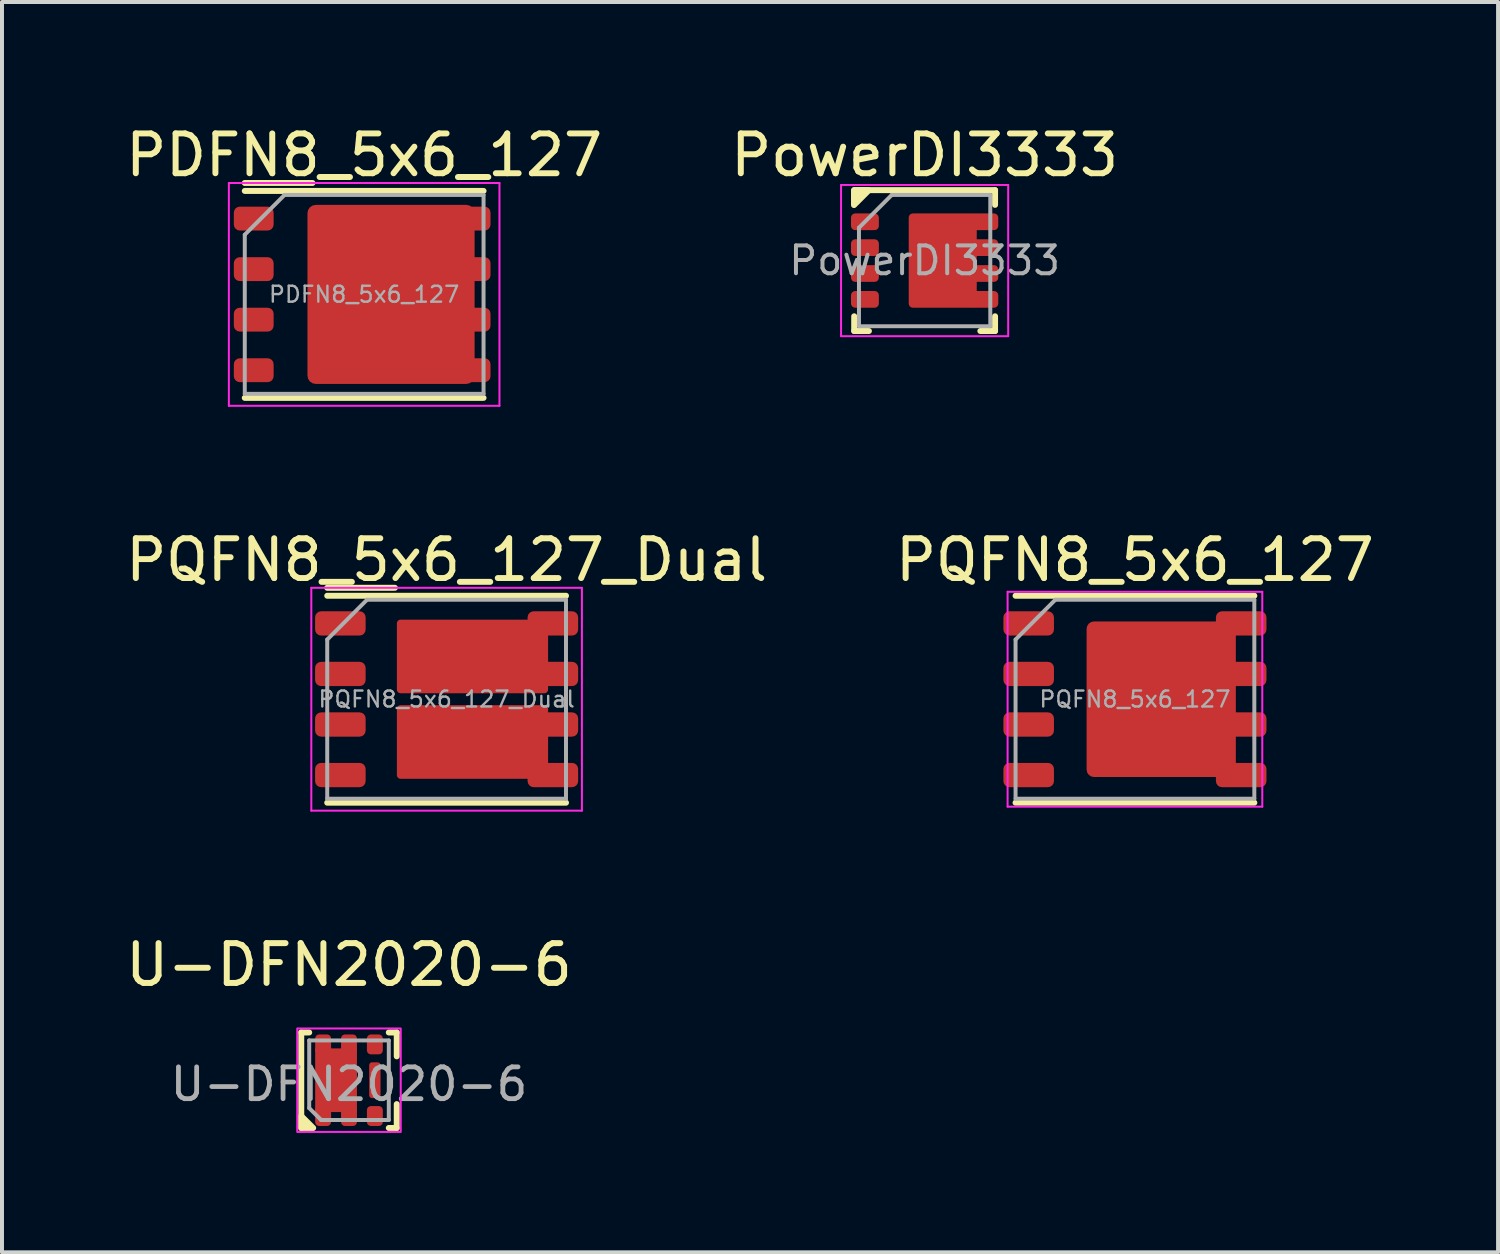
<source format=kicad_pcb>
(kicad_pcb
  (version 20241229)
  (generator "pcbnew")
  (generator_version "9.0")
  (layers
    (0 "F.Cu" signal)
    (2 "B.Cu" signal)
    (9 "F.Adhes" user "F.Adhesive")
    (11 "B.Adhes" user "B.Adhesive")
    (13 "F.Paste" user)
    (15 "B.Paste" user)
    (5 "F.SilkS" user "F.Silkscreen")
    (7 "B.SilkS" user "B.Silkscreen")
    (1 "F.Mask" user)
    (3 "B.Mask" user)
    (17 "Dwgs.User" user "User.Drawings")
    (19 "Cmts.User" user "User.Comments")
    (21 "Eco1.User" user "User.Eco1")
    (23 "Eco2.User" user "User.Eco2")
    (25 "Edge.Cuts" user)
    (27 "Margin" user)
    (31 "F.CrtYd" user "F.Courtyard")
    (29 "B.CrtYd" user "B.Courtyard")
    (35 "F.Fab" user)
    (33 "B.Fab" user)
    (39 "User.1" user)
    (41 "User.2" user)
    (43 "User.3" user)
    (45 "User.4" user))
  (footprint "PowerDI3333"
    (layer "F.Cu")
    (at 20.185 3.498)
    (property "Reference" "PowerDI3333" (at 0 -2.65 0) (layer "F.SilkS") (effects (font (size 1 1) (thickness 0.15))))
    (attr smd)
    (fp_line (start -1.77 -1.77) (end 1.77 -1.77) (stroke (width 0.15) (type solid)) (layer "F.SilkS"))
    (fp_line (start -1.77 1.77) (end -1.77 1.4) (stroke (width 0.15) (type solid)) (layer "F.SilkS"))
    (fp_line (start -1.77 1.77) (end -1.4 1.77) (stroke (width 0.15) (type solid)) (layer "F.SilkS"))
    (fp_line (start 1.77 -1.77) (end 1.77 -1.4) (stroke (width 0.15) (type solid)) (layer "F.SilkS"))
    (fp_line (start 1.77 1.77) (end 1.4 1.77) (stroke (width 0.15) (type solid)) (layer "F.SilkS"))
    (fp_line (start 1.77 1.77) (end 1.77 1.4) (stroke (width 0.15) (type solid)) (layer "F.SilkS"))
    (fp_poly (pts (xy -1.775 -1.395) (xy -1.775 -1.765) (xy -1.77 -1.77) (xy -1.405 -1.77) (xy -1.405 -1.765)) (stroke (width 0.15) (type solid)) (fill yes) (layer "F.SilkS"))
    (fp_line (start -2.1 -1.9) (end -2.1 1.9) (stroke (width 0.05) (type solid)) (layer "F.CrtYd"))
    (fp_line (start -2.1 1.9) (end 2.1 1.9) (stroke (width 0.05) (type solid)) (layer "F.CrtYd"))
    (fp_line (start 2.1 -1.9) (end -2.1 -1.9) (stroke (width 0.05) (type solid)) (layer "F.CrtYd"))
    (fp_line (start 2.1 1.9) (end 2.1 -1.9) (stroke (width 0.05) (type solid)) (layer "F.CrtYd"))
    (fp_line (start -1.65 -0.825) (end -1.65 1.65) (stroke (width 0.1) (type solid)) (layer "F.Fab"))
    (fp_line (start -1.65 1.65) (end 1.65 1.65) (stroke (width 0.1) (type solid)) (layer "F.Fab"))
    (fp_line (start -0.825 -1.65) (end -1.65 -0.825) (stroke (width 0.1) (type solid)) (layer "F.Fab"))
    (fp_line (start 1.65 -1.65) (end -0.825 -1.65) (stroke (width 0.1) (type solid)) (layer "F.Fab"))
    (fp_line (start 1.65 1.65) (end 1.65 -1.65) (stroke (width 0.1) (type solid)) (layer "F.Fab"))
    (fp_text user "${REFERENCE}" (at 0 0 0) (layer "F.Fab") (effects (font (size 0.7 0.7) (thickness 0.1))))
    (pad "" smd roundrect (at 0.02 -0.565) (size 0.6 1) (layers "F.Paste") (roundrect_rratio 0.25))
    (pad "" smd roundrect (at 0.02 0.565) (size 0.6 1) (layers "F.Paste") (roundrect_rratio 0.25))
    (pad "" smd roundrect (at 0.73 -0.565) (size 0.6 1) (layers "F.Paste") (roundrect_rratio 0.25))
    (pad "" smd roundrect (at 0.73 0.565) (size 0.6 1) (layers "F.Paste") (roundrect_rratio 0.25))
    (pad "1" smd roundrect (at -1.5 -0.975) (size 0.7 0.42) (layers "F.Cu" "F.Mask" "F.Paste") (roundrect_rratio 0.25))
    (pad "1" smd roundrect (at -1.5 -0.325) (size 0.7 0.42) (layers "F.Cu" "F.Mask" "F.Paste") (roundrect_rratio 0.25))
    (pad "1" smd roundrect (at -1.5 0.325) (size 0.7 0.42) (layers "F.Cu" "F.Mask" "F.Paste") (roundrect_rratio 0.25))
    (pad "2" smd roundrect (at -1.5 0.975) (size 0.7 0.42) (layers "F.Cu" "F.Mask" "F.Paste") (roundrect_rratio 0.25))
    (pad "3" smd roundrect (at 0.455 0) (size 1.71 2.37) (layers "F.Cu" "F.Mask") (roundrect_rratio 0.061))
    (pad "3" smd roundrect (at 1.5 -0.975) (size 0.7 0.42) (layers "F.Cu" "F.Mask" "F.Paste") (roundrect_rratio 0.25))
    (pad "3" smd roundrect (at 1.5 -0.325) (size 0.7 0.42) (layers "F.Cu" "F.Mask" "F.Paste") (roundrect_rratio 0.25))
    (pad "3" smd roundrect (at 1.5 0.325) (size 0.7 0.42) (layers "F.Cu" "F.Mask" "F.Paste") (roundrect_rratio 0.25))
    (pad "3" smd roundrect (at 1.5 0.975) (size 0.7 0.42) (layers "F.Cu" "F.Mask" "F.Paste") (roundrect_rratio 0.25)))
  (footprint "PQFN8_5x6_127_Dual"
    (layer "F.Cu")
    (at 8.173 14.521)
    (property "Reference" "PQFN8_5x6_127_Dual" (at 0 -3.5 0) (unlocked yes) (layer "F.SilkS") (effects (font (size 1 1) (thickness 0.15))))
    (attr smd)
    (fp_line (start -3 -2.8) (end -1.3 -2.8) (stroke (width 0.15) (type solid)) (layer "F.SilkS"))
    (fp_line (start -3 -2.6) (end 3 -2.6) (stroke (width 0.15) (type solid)) (layer "F.SilkS"))
    (fp_line (start -3 2.6) (end 3 2.6) (stroke (width 0.15) (type solid)) (layer "F.SilkS"))
    (fp_line (start -3.4 -2.8) (end -3.4 2.8) (stroke (width 0.05) (type solid)) (layer "F.CrtYd"))
    (fp_line (start -3.4 -2.8) (end 3.4 -2.8) (stroke (width 0.05) (type solid)) (layer "F.CrtYd"))
    (fp_line (start -3.4 2.8) (end 3.4 2.8) (stroke (width 0.05) (type solid)) (layer "F.CrtYd"))
    (fp_line (start 3.4 -2.8) (end 3.4 2.8) (stroke (width 0.05) (type solid)) (layer "F.CrtYd"))
    (fp_line (start -3 2.5) (end -3 -1.5) (stroke (width 0.1) (type solid)) (layer "F.Fab"))
    (fp_line (start -2 -2.5) (end -3 -1.5) (stroke (width 0.1) (type solid)) (layer "F.Fab"))
    (fp_line (start 3 -2.5) (end -2 -2.5) (stroke (width 0.1) (type solid)) (layer "F.Fab"))
    (fp_line (start 3 -2.5) (end 3 2.5) (stroke (width 0.1) (type solid)) (layer "F.Fab"))
    (fp_line (start 3 2.5) (end -3 2.5) (stroke (width 0.1) (type solid)) (layer "F.Fab"))
    (fp_text user "${REFERENCE}" (at 0 0 0) (layer "F.Fab") (effects (font (size 0.4 0.4) (thickness 0.06))))
    (pad "" smd rect (at 0.4 -1.1) (size 2.5 1.2) (layers "F.Paste"))
    (pad "" smd rect (at 0.4 1.1) (size 2.5 1.2) (layers "F.Paste"))
    (pad "1" smd roundrect (at -2.67 -1.905) (size 1.27 0.61) (layers "F.Cu" "F.Mask" "F.Paste") (roundrect_rratio 0.25))
    (pad "2" smd roundrect (at -2.67 -0.635) (size 1.27 0.61) (layers "F.Cu" "F.Mask" "F.Paste") (roundrect_rratio 0.25))
    (pad "3" smd roundrect (at 0.65 -1.075) (size 3.8 1.85) (layers "F.Cu" "F.Mask") (roundrect_rratio 0.05))
    (pad "3" smd roundrect (at 2.67 -1.905) (size 1.27 0.61) (layers "F.Cu" "F.Mask" "F.Paste") (roundrect_rratio 0.25))
    (pad "3" smd roundrect (at 2.67 -0.635) (size 1.27 0.61) (layers "F.Cu" "F.Mask" "F.Paste") (roundrect_rratio 0.25))
    (pad "4" smd roundrect (at -2.67 0.635) (size 1.27 0.61) (layers "F.Cu" "F.Mask" "F.Paste") (roundrect_rratio 0.25))
    (pad "5" smd roundrect (at -2.67 1.905) (size 1.27 0.61) (layers "F.Cu" "F.Mask" "F.Paste") (roundrect_rratio 0.25))
    (pad "6" smd roundrect (at 0.65 1.075) (size 3.8 1.85) (layers "F.Cu" "F.Mask") (roundrect_rratio 0.05))
    (pad "6" smd roundrect (at 2.67 0.635) (size 1.27 0.61) (layers "F.Cu" "F.Mask" "F.Paste") (roundrect_rratio 0.25))
    (pad "6" smd roundrect (at 2.67 1.905) (size 1.27 0.61) (layers "F.Cu" "F.Mask" "F.Paste") (roundrect_rratio 0.25)))
  (footprint "PDFN8_5x6_127"
    (layer "F.Cu")
    (at 6.101 4.348)
    (property "Reference" "PDFN8_5x6_127" (at 0 -3.5 0) (unlocked yes) (layer "F.SilkS") (effects (font (size 1 1) (thickness 0.15))))
    (attr smd)
    (fp_line (start -3 -2.8) (end -1.3 -2.8) (stroke (width 0.15) (type solid)) (layer "F.SilkS"))
    (fp_line (start -3 -2.6) (end 3 -2.6) (stroke (width 0.15) (type solid)) (layer "F.SilkS"))
    (fp_line (start -3 2.6) (end 3 2.6) (stroke (width 0.15) (type solid)) (layer "F.SilkS"))
    (fp_line (start -3.4 -2.8) (end -3.4 2.8) (stroke (width 0.05) (type solid)) (layer "F.CrtYd"))
    (fp_line (start -3.4 -2.8) (end 3.4 -2.8) (stroke (width 0.05) (type solid)) (layer "F.CrtYd"))
    (fp_line (start -3.4 2.8) (end 3.4 2.8) (stroke (width 0.05) (type solid)) (layer "F.CrtYd"))
    (fp_line (start 3.4 -2.8) (end 3.4 2.8) (stroke (width 0.05) (type solid)) (layer "F.CrtYd"))
    (fp_line (start -3 2.5) (end -3 -1.5) (stroke (width 0.1) (type solid)) (layer "F.Fab"))
    (fp_line (start -2 -2.5) (end -3 -1.5) (stroke (width 0.1) (type solid)) (layer "F.Fab"))
    (fp_line (start 3 -2.5) (end -2 -2.5) (stroke (width 0.1) (type solid)) (layer "F.Fab"))
    (fp_line (start 3 -2.5) (end 3 2.5) (stroke (width 0.1) (type solid)) (layer "F.Fab"))
    (fp_line (start 3 2.5) (end -3 2.5) (stroke (width 0.1) (type solid)) (layer "F.Fab"))
    (fp_text user "${REFERENCE}" (at 0 0 0) (layer "F.Fab") (effects (font (size 0.4 0.4) (thickness 0.06))))
    (pad "" smd rect (at 0.4 0) (size 2.6 3.2) (layers "F.Paste"))
    (pad "1" smd roundrect (at -2.775 -1.905) (size 1 0.6) (layers "F.Cu" "F.Mask" "F.Paste") (roundrect_rratio 0.25))
    (pad "1" smd roundrect (at -2.775 -0.635) (size 1 0.6) (layers "F.Cu" "F.Mask" "F.Paste") (roundrect_rratio 0.25))
    (pad "1" smd roundrect (at -2.775 0.635) (size 1 0.6) (layers "F.Cu" "F.Mask" "F.Paste") (roundrect_rratio 0.25))
    (pad "2" smd roundrect (at -2.775 1.905) (size 1 0.6) (layers "F.Cu" "F.Mask" "F.Paste") (roundrect_rratio 0.25))
    (pad "3" smd roundrect (at 0.675 0) (size 4.2 4.5) (layers "F.Cu" "F.Mask") (roundrect_rratio 0.05))
    (pad "3" smd roundrect (at 2.825 -1.905) (size 0.7 0.6) (layers "F.Cu" "F.Mask" "F.Paste") (roundrect_rratio 0.25))
    (pad "3" smd roundrect (at 2.825 -0.635) (size 0.7 0.6) (layers "F.Cu" "F.Mask" "F.Paste") (roundrect_rratio 0.25))
    (pad "3" smd roundrect (at 2.825 0.635) (size 0.7 0.6) (layers "F.Cu" "F.Mask" "F.Paste") (roundrect_rratio 0.25))
    (pad "3" smd roundrect (at 2.825 1.905) (size 0.7 0.6) (layers "F.Cu" "F.Mask" "F.Paste") (roundrect_rratio 0.25)))
  (footprint "U-DFN2020-6"
    (layer "F.Cu")
    (at 5.72 24.095)
    (property "Reference" "U-DFN2020-6" (at 0 -2.9 0) (unlocked yes) (layer "F.SilkS") (effects (font (size 1 1) (thickness 0.15))))
    (attr smd)
    (fp_line (start -1.2 -1.2) (end -1 -1.2) (stroke (width 0.15) (type solid)) (layer "F.SilkS"))
    (fp_line (start -1.2 1.2) (end -1.2 -1.2) (stroke (width 0.15) (type solid)) (layer "F.SilkS"))
    (fp_line (start 1 -1.2) (end 1.2 -1.2) (stroke (width 0.15) (type solid)) (layer "F.SilkS"))
    (fp_line (start 1.2 -1.2) (end 1.2 -0.6) (stroke (width 0.15) (type solid)) (layer "F.SilkS"))
    (fp_line (start 1.2 0.6) (end 1.2 1.2) (stroke (width 0.15) (type solid)) (layer "F.SilkS"))
    (fp_line (start 1.2 1.2) (end 1 1.2) (stroke (width 0.15) (type solid)) (layer "F.SilkS"))
    (fp_poly (pts (xy -0.9 1.2) (xy -1.2 1.2) (xy -1.2 0.9)) (stroke (width 0.15) (type solid)) (fill yes) (layer "F.SilkS"))
    (fp_rect (start -0.7 -0.4) (end 0 0.4) (stroke (width 0.12) (type solid)) (fill yes) (layer "F.Paste"))
    (fp_rect (start -1.3 -1.3) (end 1.3 1.3) (stroke (width 0.05) (type solid)) (fill no) (layer "F.CrtYd"))
    (fp_line (start -1 -1) (end 1 -1) (stroke (width 0.1) (type solid)) (layer "F.Fab"))
    (fp_line (start -1 0.7) (end -1 -1) (stroke (width 0.1) (type solid)) (layer "F.Fab"))
    (fp_line (start -0.7 1) (end -1 0.7) (stroke (width 0.1) (type solid)) (layer "F.Fab"))
    (fp_line (start 1 -1) (end 1 1) (stroke (width 0.1) (type solid)) (layer "F.Fab"))
    (fp_line (start 1 1) (end -0.7 1) (stroke (width 0.1) (type solid)) (layer "F.Fab"))
    (fp_text user "${REFERENCE}" (at 0 0.1 180) (layer "F.Fab") (effects (font (size 0.8 0.8) (thickness 0.12))))
    (pad "1" smd roundrect (at 0.65 0.9 90) (size 0.5 0.4) (layers "F.Cu" "F.Mask" "F.Paste") (roundrect_rratio 0.25))
    (pad "2" smd roundrect (at 0.65 -0.9 90) (size 0.5 0.4) (layers "F.Cu" "F.Mask" "F.Paste") (roundrect_rratio 0.25))
    (pad "2" smd roundrect (at 0.65 0 90) (size 0.9 0.285) (layers "F.Cu" "F.Mask" "F.Paste") (roundrect_rratio 0.25))
    (pad "3" smd roundrect (at -0.65 -0.9 90) (size 0.5 0.4) (layers "F.Cu" "F.Mask" "F.Paste") (roundrect_rratio 0.25))
    (pad "3" smd roundrect (at -0.65 0.9 90) (size 0.5 0.4) (layers "F.Cu" "F.Mask" "F.Paste") (roundrect_rratio 0.25))
    (pad "3" smd rect (at -0.325 0 90) (size 1.6 1.05) (layers "F.Cu" "F.Mask"))
    (pad "3" smd roundrect (at 0 -0.9 90) (size 0.5 0.4) (layers "F.Cu" "F.Mask" "F.Paste") (roundrect_rratio 0.25))
    (pad "3" smd roundrect (at 0 0.9 90) (size 0.5 0.4) (layers "F.Cu" "F.Mask" "F.Paste") (roundrect_rratio 0.25)))
  (footprint "PQFN8_5x6_127"
    (layer "F.Cu")
    (at 25.47 14.521)
    (property "Reference" "PQFN8_5x6_127" (at 0 -3.5 0) (unlocked yes) (layer "F.SilkS") (effects (font (size 1 1) (thickness 0.15))))
    (attr smd)
    (fp_line (start -3 -2.6) (end 3 -2.6) (stroke (width 0.15) (type solid)) (layer "F.SilkS"))
    (fp_line (start -3 2.6) (end 3 2.6) (stroke (width 0.15) (type solid)) (layer "F.SilkS"))
    (fp_line (start -3.2 -2.7) (end -3.2 2.7) (stroke (width 0.05) (type solid)) (layer "F.CrtYd"))
    (fp_line (start -3.2 -2.7) (end 3.2 -2.7) (stroke (width 0.05) (type solid)) (layer "F.CrtYd"))
    (fp_line (start -3.2 2.7) (end 3.2 2.7) (stroke (width 0.05) (type solid)) (layer "F.CrtYd"))
    (fp_line (start 3.2 -2.7) (end 3.2 2.7) (stroke (width 0.05) (type solid)) (layer "F.CrtYd"))
    (fp_line (start -3 2.5) (end -3 -1.5) (stroke (width 0.1) (type solid)) (layer "F.Fab"))
    (fp_line (start -2 -2.5) (end -3 -1.5) (stroke (width 0.1) (type solid)) (layer "F.Fab"))
    (fp_line (start 3 -2.5) (end -2 -2.5) (stroke (width 0.1) (type solid)) (layer "F.Fab"))
    (fp_line (start 3 -2.5) (end 3 2.5) (stroke (width 0.1) (type solid)) (layer "F.Fab"))
    (fp_line (start 3 2.5) (end -3 2.5) (stroke (width 0.1) (type solid)) (layer "F.Fab"))
    (fp_text user "${REFERENCE}" (at 0 0 0) (layer "F.Fab") (effects (font (size 0.4 0.4) (thickness 0.06))))
    (pad "" smd rect (at 0.4 0) (size 2.25 2.75) (layers "F.Paste"))
    (pad "1" smd roundrect (at -2.67 -1.905) (size 1.27 0.61) (layers "F.Cu" "F.Mask" "F.Paste") (roundrect_rratio 0.25))
    (pad "1" smd roundrect (at -2.67 -0.635) (size 1.27 0.61) (layers "F.Cu" "F.Mask" "F.Paste") (roundrect_rratio 0.25))
    (pad "1" smd roundrect (at -2.67 0.635) (size 1.27 0.61) (layers "F.Cu" "F.Mask" "F.Paste") (roundrect_rratio 0.25))
    (pad "2" smd roundrect (at -2.67 1.905) (size 1.27 0.61) (layers "F.Cu" "F.Mask" "F.Paste") (roundrect_rratio 0.25))
    (pad "3" smd roundrect (at 0.66 0) (size 3.75 3.91) (layers "F.Cu" "F.Mask") (roundrect_rratio 0.05))
    (pad "3" smd roundrect (at 2.67 -1.905) (size 1.27 0.61) (layers "F.Cu" "F.Mask" "F.Paste") (roundrect_rratio 0.25))
    (pad "3" smd roundrect (at 2.67 -0.635) (size 1.27 0.61) (layers "F.Cu" "F.Mask" "F.Paste") (roundrect_rratio 0.25))
    (pad "3" smd roundrect (at 2.67 0.635) (size 1.27 0.61) (layers "F.Cu" "F.Mask" "F.Paste") (roundrect_rratio 0.25))
    (pad "3" smd roundrect (at 2.67 1.905) (size 1.27 0.61) (layers "F.Cu" "F.Mask" "F.Paste") (roundrect_rratio 0.25)))
  (gr_rect
    (start -3 -3)
    (end 34.595 28.42)
    (stroke (width 0.1) (type default))
    (fill no)
    (layer "Edge.Cuts")))
</source>
